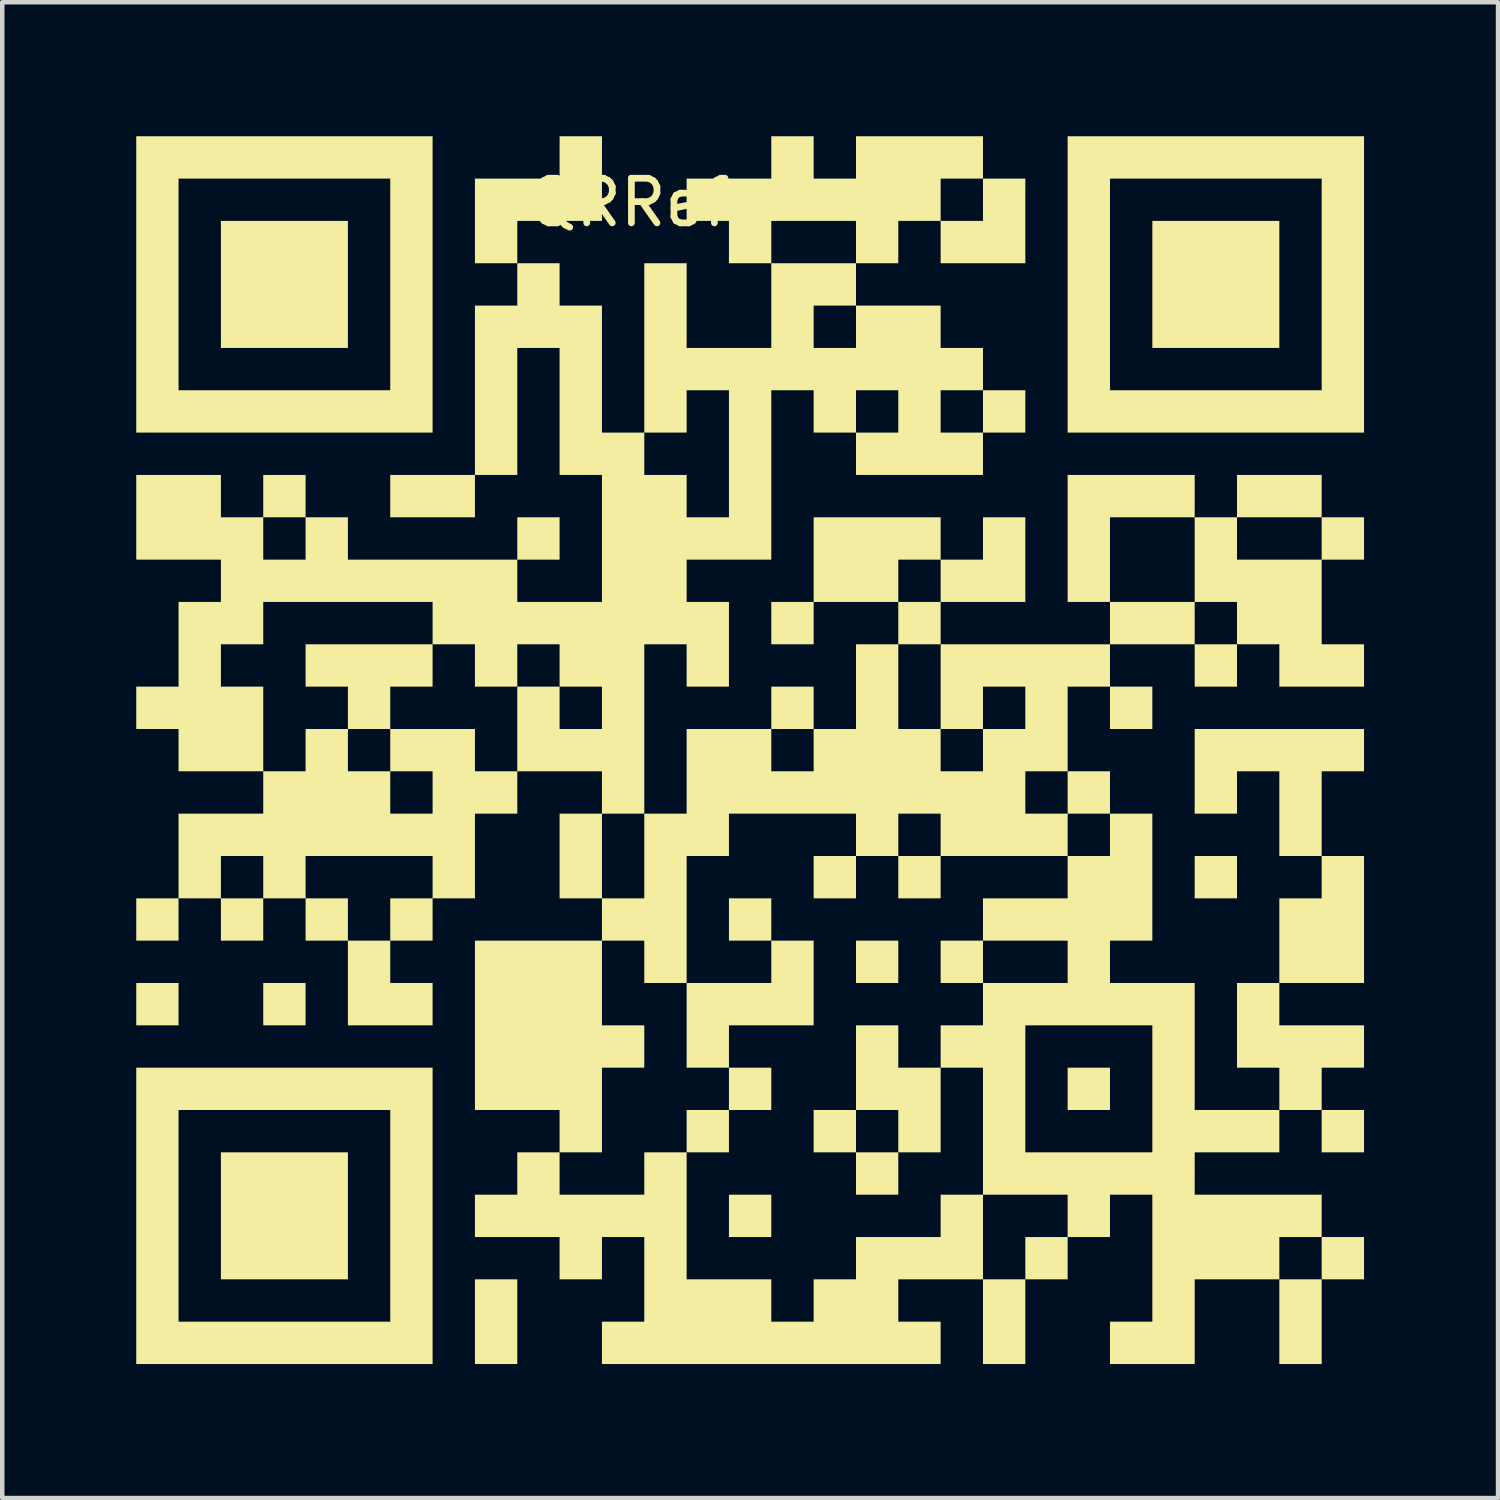
<source format=kicad_pcb>
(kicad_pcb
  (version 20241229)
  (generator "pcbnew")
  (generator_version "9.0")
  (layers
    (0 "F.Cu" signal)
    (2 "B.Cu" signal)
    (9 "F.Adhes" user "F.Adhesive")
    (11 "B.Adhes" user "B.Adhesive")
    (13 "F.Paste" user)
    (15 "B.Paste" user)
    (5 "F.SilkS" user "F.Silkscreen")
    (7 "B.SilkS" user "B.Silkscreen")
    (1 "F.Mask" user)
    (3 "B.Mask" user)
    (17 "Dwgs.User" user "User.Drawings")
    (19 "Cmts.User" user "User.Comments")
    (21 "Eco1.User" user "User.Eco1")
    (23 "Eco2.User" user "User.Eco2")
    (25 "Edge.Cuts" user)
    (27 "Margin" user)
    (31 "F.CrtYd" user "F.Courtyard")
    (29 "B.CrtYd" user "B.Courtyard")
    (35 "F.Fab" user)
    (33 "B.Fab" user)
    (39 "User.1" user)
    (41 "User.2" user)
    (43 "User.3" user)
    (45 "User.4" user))
  (footprint "QRRef"
    (layer "F.Cu")
    (at 14.037 12.485)
    (property "Reference" "QRRef" (at -3 -11 0) (unlocked yes) (layer "F.SilkS") (effects (font (size 1 1) (thickness 0.15))))
    (fp_poly (pts (xy -13.09 5.522) (xy -14.037 5.522) (xy -14.037 4.575) (xy -13.09 4.575)) (stroke (width 0) (type solid)) (fill yes) (layer "F.SilkS"))
    (fp_poly (pts (xy -13.09 7.418) (xy -14.037 7.418) (xy -14.037 6.47) (xy -13.09 6.47)) (stroke (width 0) (type solid)) (fill yes) (layer "F.SilkS"))
    (fp_poly (pts (xy -10.246 7.418) (xy -11.194 7.418) (xy -11.194 6.47) (xy -10.246 6.47)) (stroke (width 0) (type solid)) (fill yes) (layer "F.SilkS"))
    (fp_poly (pts (xy -9.299 -7.746) (xy -12.142 -7.746) (xy -12.142 -10.59) (xy -9.299 -10.59)) (stroke (width 0) (type solid)) (fill yes) (layer "F.SilkS"))
    (fp_poly (pts (xy -9.299 13.104) (xy -12.142 13.104) (xy -12.142 10.261) (xy -9.299 10.261)) (stroke (width 0) (type solid)) (fill yes) (layer "F.SilkS"))
    (fp_poly (pts (xy -6.455 -3.955) (xy -8.351 -3.955) (xy -8.351 -4.903) (xy -6.455 -4.903)) (stroke (width 0) (type solid)) (fill yes) (layer "F.SilkS"))
    (fp_poly (pts (xy -5.507 15) (xy -6.455 15) (xy -6.455 13.104) (xy -5.507 13.104)) (stroke (width 0) (type solid)) (fill yes) (layer "F.SilkS"))
    (fp_poly (pts (xy -4.56 -3.007) (xy -5.507 -3.007) (xy -5.507 -3.955) (xy -4.56 -3.955)) (stroke (width 0) (type solid)) (fill yes) (layer "F.SilkS"))
    (fp_poly (pts (xy -0.769 10.261) (xy -1.716 10.261) (xy -1.716 9.313) (xy -0.769 9.313)) (stroke (width 0) (type solid)) (fill yes) (layer "F.SilkS"))
    (fp_poly (pts (xy 0.179 5.522) (xy -0.769 5.522) (xy -0.769 4.575) (xy 0.179 4.575)) (stroke (width 0) (type solid)) (fill yes) (layer "F.SilkS"))
    (fp_poly (pts (xy 0.179 9.313) (xy -0.769 9.313) (xy -0.769 8.366) (xy 0.179 8.366)) (stroke (width 0) (type solid)) (fill yes) (layer "F.SilkS"))
    (fp_poly (pts (xy 0.179 12.157) (xy -0.769 12.157) (xy -0.769 11.209) (xy 0.179 11.209)) (stroke (width 0) (type solid)) (fill yes) (layer "F.SilkS"))
    (fp_poly (pts (xy 1.127 -1.112) (xy 0.179 -1.112) (xy 0.179 -2.06) (xy 1.127 -2.06)) (stroke (width 0) (type solid)) (fill yes) (layer "F.SilkS"))
    (fp_poly (pts (xy 2.075 4.575) (xy 1.127 4.575) (xy 1.127 3.627) (xy 2.075 3.627)) (stroke (width 0) (type solid)) (fill yes) (layer "F.SilkS"))
    (fp_poly (pts (xy 3.022 6.47) (xy 2.075 6.47) (xy 2.075 5.522) (xy 3.022 5.522)) (stroke (width 0) (type solid)) (fill yes) (layer "F.SilkS"))
    (fp_poly (pts (xy 3.97 4.575) (xy 3.022 4.575) (xy 3.022 3.627) (xy 3.97 3.627)) (stroke (width 0) (type solid)) (fill yes) (layer "F.SilkS"))
    (fp_poly (pts (xy 4.918 6.47) (xy 3.97 6.47) (xy 3.97 5.522) (xy 4.918 5.522)) (stroke (width 0) (type solid)) (fill yes) (layer "F.SilkS"))
    (fp_poly (pts (xy 5.866 -5.851) (xy 4.918 -5.851) (xy 4.918 -6.799) (xy 5.866 -6.799)) (stroke (width 0) (type solid)) (fill yes) (layer "F.SilkS"))
    (fp_poly (pts (xy 7.761 9.313) (xy 6.813 9.313) (xy 6.813 8.366) (xy 7.761 8.366)) (stroke (width 0) (type solid)) (fill yes) (layer "F.SilkS"))
    (fp_poly (pts (xy 8.709 0.784) (xy 7.761 0.784) (xy 7.761 -0.164) (xy 8.709 -0.164)) (stroke (width 0) (type solid)) (fill yes) (layer "F.SilkS"))
    (fp_poly (pts (xy 10.604 4.575) (xy 9.657 4.575) (xy 9.657 3.627) (xy 10.604 3.627)) (stroke (width 0) (type solid)) (fill yes) (layer "F.SilkS"))
    (fp_poly (pts (xy 11.552 -7.746) (xy 8.709 -7.746) (xy 8.709 -10.59) (xy 11.552 -10.59)) (stroke (width 0) (type solid)) (fill yes) (layer "F.SilkS"))
    (fp_poly (pts (xy 12.5 15) (xy 11.552 15) (xy 11.552 13.104) (xy 12.5 13.104)) (stroke (width 0) (type solid)) (fill yes) (layer "F.SilkS"))
    (fp_poly (pts (xy 13.448 10.261) (xy 12.5 10.261) (xy 12.5 9.313) (xy 13.448 9.313)) (stroke (width 0) (type solid)) (fill yes) (layer "F.SilkS"))
    (fp_poly (pts (xy 13.448 13.104) (xy 12.5 13.104) (xy 12.5 12.157) (xy 13.448 12.157)) (stroke (width 0) (type solid)) (fill yes) (layer "F.SilkS"))
    (fp_poly (pts (xy 13.448 6.47) (xy 11.552 6.47) (xy 11.552 4.575) (xy 12.5 4.575) (xy 12.5 3.627) (xy 13.448 3.627)) (stroke (width 0) (type solid)) (fill yes) (layer "F.SilkS"))
    (fp_poly (pts (xy -7.403 -0.164) (xy -8.351 -0.164) (xy -8.351 0.784) (xy -9.299 0.784) (xy -9.299 -0.164) (xy -10.246 -0.164) (xy -10.246 -1.112) (xy -7.403 -1.112)) (stroke (width 0) (type solid)) (fill yes) (layer "F.SilkS"))
    (fp_poly (pts (xy -3.612 -10.59) (xy -5.507 -10.59) (xy -5.507 -9.642) (xy -6.455 -9.642) (xy -6.455 -11.537) (xy -4.56 -11.537) (xy -4.56 -12.485) (xy -3.612 -12.485)) (stroke (width 0) (type solid)) (fill yes) (layer "F.SilkS"))
    (fp_poly (pts (xy 1.127 7.418) (xy -0.769 7.418) (xy -0.769 8.366) (xy -1.716 8.366) (xy -1.716 6.47) (xy 0.179 6.47) (xy 0.179 5.522) (xy 1.127 5.522)) (stroke (width 0) (type solid)) (fill yes) (layer "F.SilkS"))
    (fp_poly (pts (xy 11.552 7.418) (xy 13.448 7.418) (xy 13.448 8.366) (xy 12.5 8.366) (xy 12.5 9.313) (xy 11.552 9.313) (xy 11.552 8.366) (xy 10.604 8.366) (xy 10.604 6.47) (xy 11.552 6.47)) (stroke (width 0) (type solid)) (fill yes) (layer "F.SilkS"))
    (fp_poly (pts (xy 13.448 1.731) (xy 12.5 1.731) (xy 12.5 3.627) (xy 11.552 3.627) (xy 11.552 1.731) (xy 10.604 1.731) (xy 10.604 2.679) (xy 9.657 2.679) (xy 9.657 0.784) (xy 13.448 0.784)) (stroke (width 0) (type solid)) (fill yes) (layer "F.SilkS"))
    (fp_poly (pts (xy -7.403 -5.851) (xy -14.037 -5.851) (xy -14.037 -6.799) (xy -13.09 -6.799) (xy -8.351 -6.799) (xy -8.351 -11.537) (xy -13.09 -11.537) (xy -13.09 -6.799) (xy -14.037 -6.799) (xy -14.037 -12.485) (xy -7.403 -12.485)) (stroke (width 0) (type solid)) (fill yes) (layer "F.SilkS"))
    (fp_poly (pts (xy -7.403 15) (xy -14.037 15) (xy -14.037 14.052) (xy -13.09 14.052) (xy -8.351 14.052) (xy -8.351 9.313) (xy -13.09 9.313) (xy -13.09 14.052) (xy -14.037 14.052) (xy -14.037 8.366) (xy -7.403 8.366)) (stroke (width 0) (type solid)) (fill yes) (layer "F.SilkS"))
    (fp_poly (pts (xy 13.448 -5.851) (xy 6.813 -5.851) (xy 6.813 -6.799) (xy 7.761 -6.799) (xy 12.5 -6.799) (xy 12.5 -11.537) (xy 7.761 -11.537) (xy 7.761 -6.799) (xy 6.813 -6.799) (xy 6.813 -12.485) (xy 13.448 -12.485)) (stroke (width 0) (type solid)) (fill yes) (layer "F.SilkS"))
    (fp_poly (pts (xy 3.022 8.366) (xy 3.97 8.366) (xy 3.97 10.261) (xy 3.022 10.261) (xy 3.022 11.209) (xy 2.075 11.209) (xy 2.075 10.261) (xy 3.022 10.261) (xy 3.022 9.313) (xy 2.075 9.313) (xy 2.075 10.261) (xy 1.127 10.261) (xy 1.127 9.313) (xy 2.075 9.313) (xy 2.075 7.418) (xy 3.022 7.418)) (stroke (width 0) (type solid)) (fill yes) (layer "F.SilkS"))
    (fp_poly (pts (xy 13.448 -3.955) (xy 13.448 -3.007) (xy 12.5 -3.007) (xy 12.5 -1.112) (xy 13.448 -1.112) (xy 13.448 -0.164) (xy 11.552 -0.164) (xy 11.552 -1.112) (xy 10.604 -1.112) (xy 10.604 -0.164) (xy 9.657 -0.164) (xy 9.657 -1.112) (xy 10.604 -1.112) (xy 10.604 -2.06) (xy 9.657 -2.06) (xy 9.657 -1.112) (xy 7.761 -1.112) (xy 7.761 -2.06) (xy 9.657 -2.06) (xy 9.657 -3.007) (xy 10.604 -3.007) (xy 12.5 -3.007) (xy 12.5 -3.955) (xy 10.604 -3.955) (xy 10.604 -3.007) (xy 9.657 -3.007) (xy 9.657 -3.955) (xy 7.761 -3.955) (xy 7.761 -2.06) (xy 6.813 -2.06) (xy 6.813 -4.903) (xy 9.657 -4.903) (xy 9.657 -3.955) (xy 10.604 -3.955) (xy 10.604 -4.903) (xy 12.5 -4.903) (xy 12.5 -3.955)) (stroke (width 0) (type solid)) (fill yes) (layer "F.SilkS"))
    (fp_poly (pts (xy 3.97 -8.694) (xy 3.97 -7.746) (xy 4.918 -7.746) (xy 4.918 -6.799) (xy 3.97 -6.799) (xy 3.97 -5.851) (xy 4.918 -5.851) (xy 4.918 -4.903) (xy 2.075 -4.903) (xy 2.075 -5.851) (xy 3.022 -5.851) (xy 3.022 -6.799) (xy 2.075 -6.799) (xy 2.075 -5.851) (xy 1.127 -5.851) (xy 1.127 -6.799) (xy 0.179 -6.799) (xy 0.179 -3.007) (xy -1.716 -3.007) (xy -1.716 -2.06) (xy -0.769 -2.06) (xy -0.769 -0.164) (xy -1.716 -0.164) (xy -1.716 -1.112) (xy -2.664 -1.112) (xy -2.664 2.679) (xy -1.716 2.679) (xy -1.716 1.731) (xy 0.179 1.731) (xy 1.127 1.731) (xy 3.97 1.731) (xy 4.918 1.731) (xy 4.918 0.784) (xy 5.866 0.784) (xy 5.866 -0.164) (xy 4.918 -0.164) (xy 4.918 0.784) (xy 3.97 0.784) (xy 3.97 1.731) (xy 1.127 1.731) (xy 1.127 0.784) (xy 0.179 0.784) (xy 0.179 1.731) (xy -1.716 1.731) (xy -1.716 0.784) (xy 0.179 0.784) (xy 0.179 -0.164) (xy 1.127 -0.164) (xy 1.127 0.784) (xy 2.075 0.784) (xy 3.022 0.784) (xy 3.97 0.784) (xy 3.97 -1.112) (xy 3.022 -1.112) (xy 3.022 0.784) (xy 2.075 0.784) (xy 2.075 -1.112) (xy 3.022 -1.112) (xy 3.022 -2.06) (xy 3.97 -2.06) (xy 3.97 -3.007) (xy 3.022 -3.007) (xy 3.022 -2.06) (xy 1.127 -2.06) (xy 1.127 -3.955) (xy 3.97 -3.955) (xy 3.97 -3.007) (xy 4.918 -3.007) (xy 4.918 -3.955) (xy 5.866 -3.955) (xy 5.866 -2.06) (xy 3.97 -2.06) (xy 3.97 -1.112) (xy 7.761 -1.112) (xy 7.761 -0.164) (xy 6.813 -0.164) (xy 6.813 1.731) (xy 7.761 1.731) (xy 7.761 2.679) (xy 8.709 2.679) (xy 8.709 5.522) (xy 7.761 5.522) (xy 7.761 6.47) (xy 9.657 6.47) (xy 9.657 9.313) (xy 11.552 9.313) (xy 11.552 10.261) (xy 9.657 10.261) (xy 9.657 11.209) (xy 12.5 11.209) (xy 12.5 12.157) (xy 11.552 12.157) (xy 11.552 13.104) (xy 9.657 13.104) (xy 9.657 15) (xy 7.761 15) (xy 7.761 14.052) (xy 8.709 14.052) (xy 8.709 11.209) (xy 7.761 11.209) (xy 7.761 12.157) (xy 6.813 12.157) (xy 6.813 13.104) (xy 5.866 13.104) (xy 5.866 15) (xy 4.918 15) (xy 4.918 13.104) (xy 5.866 13.104) (xy 5.866 12.157) (xy 6.813 12.157) (xy 6.813 11.209) (xy 4.918 11.209) (xy 4.918 13.104) (xy 3.022 13.104) (xy 3.022 14.052) (xy 3.97 14.052) (xy 3.97 15) (xy -3.612 15) (xy -3.612 14.052) (xy -2.664 14.052) (xy -2.664 12.157) (xy -3.612 12.157) (xy -3.612 13.104) (xy -4.56 13.104) (xy -4.56 12.157) (xy -6.455 12.157) (xy -6.455 11.209) (xy -5.507 11.209) (xy -4.56 11.209) (xy -2.664 11.209) (xy -2.664 10.261) (xy -1.716 10.261) (xy -1.716 13.104) (xy 0.179 13.104) (xy 0.179 14.052) (xy 1.127 14.052) (xy 1.127 13.104) (xy 2.075 13.104) (xy 2.075 12.157) (xy 3.97 12.157) (xy 3.97 11.209) (xy 4.918 11.209) (xy 4.918 10.261) (xy 5.866 10.261) (xy 8.709 10.261) (xy 8.709 7.418) (xy 5.866 7.418) (xy 5.866 10.261) (xy 4.918 10.261) (xy 4.918 8.366) (xy 3.97 8.366) (xy 3.97 7.418) (xy 4.918 7.418) (xy 4.918 6.47) (xy 6.813 6.47) (xy 6.813 5.522) (xy 4.918 5.522) (xy 4.918 4.575) (xy 6.813 4.575) (xy 6.813 3.627) (xy 7.761 3.627) (xy 7.761 2.679) (xy 6.813 2.679) (xy 6.813 3.627) (xy 3.97 3.627) (xy 3.97 2.679) (xy 5.866 2.679) (xy 6.813 2.679) (xy 6.813 1.731) (xy 5.866 1.731) (xy 5.866 2.679) (xy 3.97 2.679) (xy 3.022 2.679) (xy 3.022 3.627) (xy 2.075 3.627) (xy 2.075 2.679) (xy -0.769 2.679) (xy -0.769 3.627) (xy -1.716 3.627) (xy -1.716 6.47) (xy -2.664 6.47) (xy -2.664 5.522) (xy -3.612 5.522) (xy -3.612 7.418) (xy -2.664 7.418) (xy -2.664 8.366) (xy -3.612 8.366) (xy -3.612 10.261) (xy -4.56 10.261) (xy -4.56 11.209) (xy -5.507 11.209) (xy -5.507 10.261) (xy -4.56 10.261) (xy -4.56 9.313) (xy -6.455 9.313) (xy -6.455 5.522) (xy -3.612 5.522) (xy -3.612 4.575) (xy -2.664 4.575) (xy -2.664 2.679) (xy -3.612 2.679) (xy -3.612 4.575) (xy -4.56 4.575) (xy -4.56 2.679) (xy -3.612 2.679) (xy -3.612 1.731) (xy -5.507 1.731) (xy -5.507 2.679) (xy -6.455 2.679) (xy -6.455 4.575) (xy -7.403 4.575) (xy -7.403 5.522) (xy -8.351 5.522) (xy -8.351 6.47) (xy -7.403 6.47) (xy -7.403 7.418) (xy -9.299 7.418) (xy -9.299 5.522) (xy -10.246 5.522) (xy -10.246 4.575) (xy -9.299 4.575) (xy -9.299 5.522) (xy -8.351 5.522) (xy -8.351 4.575) (xy -7.403 4.575) (xy -7.403 3.627) (xy -10.246 3.627) (xy -10.246 4.575) (xy -11.194 4.575) (xy -11.194 5.522) (xy -12.142 5.522) (xy -12.142 4.575) (xy -11.194 4.575) (xy -11.194 3.627) (xy -12.142 3.627) (xy -12.142 4.575) (xy -13.09 4.575) (xy -13.09 2.679) (xy -11.194 2.679) (xy -8.351 2.679) (xy -7.403 2.679) (xy -7.403 1.731) (xy -8.351 1.731) (xy -8.351 2.679) (xy -11.194 2.679) (xy -11.194 1.731) (xy -13.09 1.731) (xy -13.09 0.784) (xy -14.037 0.784) (xy -14.037 -0.164) (xy -13.09 -0.164) (xy -12.142 -0.164) (xy -11.194 -0.164) (xy -11.194 1.731) (xy -10.246 1.731) (xy -10.246 0.784) (xy -9.299 0.784) (xy -9.299 1.731) (xy -8.351 1.731) (xy -8.351 0.784) (xy -6.455 0.784) (xy -6.455 1.731) (xy -5.507 1.731) (xy -5.507 0.784) (xy -4.56 0.784) (xy -3.612 0.784) (xy -3.612 -0.164) (xy -4.56 -0.164) (xy -4.56 0.784) (xy -5.507 0.784) (xy -5.507 -0.164) (xy -4.56 -0.164) (xy -4.56 -1.112) (xy -5.507 -1.112) (xy -5.507 -0.164) (xy -6.455 -0.164) (xy -6.455 -1.112) (xy -7.403 -1.112) (xy -7.403 -2.06) (xy -11.194 -2.06) (xy -11.194 -1.112) (xy -12.142 -1.112) (xy -12.142 -0.164) (xy -13.09 -0.164) (xy -13.09 -2.06) (xy -12.142 -2.06) (xy -12.142 -3.007) (xy -11.194 -3.007) (xy -10.246 -3.007) (xy -10.246 -3.955) (xy -11.194 -3.955) (xy -11.194 -3.007) (xy -12.142 -3.007) (xy -14.037 -3.007) (xy -14.037 -4.903) (xy -12.142 -4.903) (xy -12.142 -3.955) (xy -11.194 -3.955) (xy -11.194 -4.903) (xy -10.246 -4.903) (xy -10.246 -3.955) (xy -9.299 -3.955) (xy -9.299 -3.007) (xy -5.507 -3.007) (xy -5.507 -2.06) (xy -3.612 -2.06) (xy -3.612 -4.903) (xy -2.664 -4.903) (xy -1.716 -4.903) (xy -1.716 -3.955) (xy -0.769 -3.955) (xy -0.769 -6.799) (xy -1.716 -6.799) (xy -1.716 -5.851) (xy -2.664 -5.851) (xy -2.664 -4.903) (xy -3.612 -4.903) (xy -4.56 -4.903) (xy -4.56 -7.746) (xy -5.507 -7.746) (xy -5.507 -4.903) (xy -6.455 -4.903) (xy -6.455 -8.694) (xy -5.507 -8.694) (xy -5.507 -9.642) (xy -4.56 -9.642) (xy -4.56 -8.694) (xy -3.612 -8.694) (xy -3.612 -5.851) (xy -2.664 -5.851) (xy -2.664 -9.642) (xy -1.716 -9.642) (xy -1.716 -7.746) (xy 0.179 -7.746) (xy 1.127 -7.746) (xy 2.075 -7.746) (xy 2.075 -8.694) (xy 1.127 -8.694) (xy 1.127 -7.746) (xy 0.179 -7.746) (xy 0.179 -9.642) (xy 2.075 -9.642) (xy 2.075 -10.59) (xy 0.179 -10.59) (xy 0.179 -9.642) (xy -0.769 -9.642) (xy -0.769 -10.59) (xy -1.716 -10.59) (xy -1.716 -11.537) (xy 0.179 -11.537) (xy 0.179 -12.485) (xy 1.127 -12.485) (xy 1.127 -11.537) (xy 2.075 -11.537) (xy 2.075 -12.485) (xy 4.918 -12.485) (xy 4.918 -11.537) (xy 5.866 -11.537) (xy 5.866 -9.642) (xy 3.97 -9.642) (xy 3.97 -10.59) (xy 4.918 -10.59) (xy 4.918 -11.537) (xy 3.97 -11.537) (xy 3.97 -10.59) (xy 3.022 -10.59) (xy 3.022 -9.642) (xy 2.075 -9.642) (xy 2.075 -8.694)) (stroke (width 0) (type solid)) (fill yes) (layer "F.SilkS")))
  (gr_rect
    (start -3 -3)
    (end 30.485 30.485)
    (stroke (width 0.1) (type default))
    (fill no)
    (layer "Edge.Cuts")))
</source>
